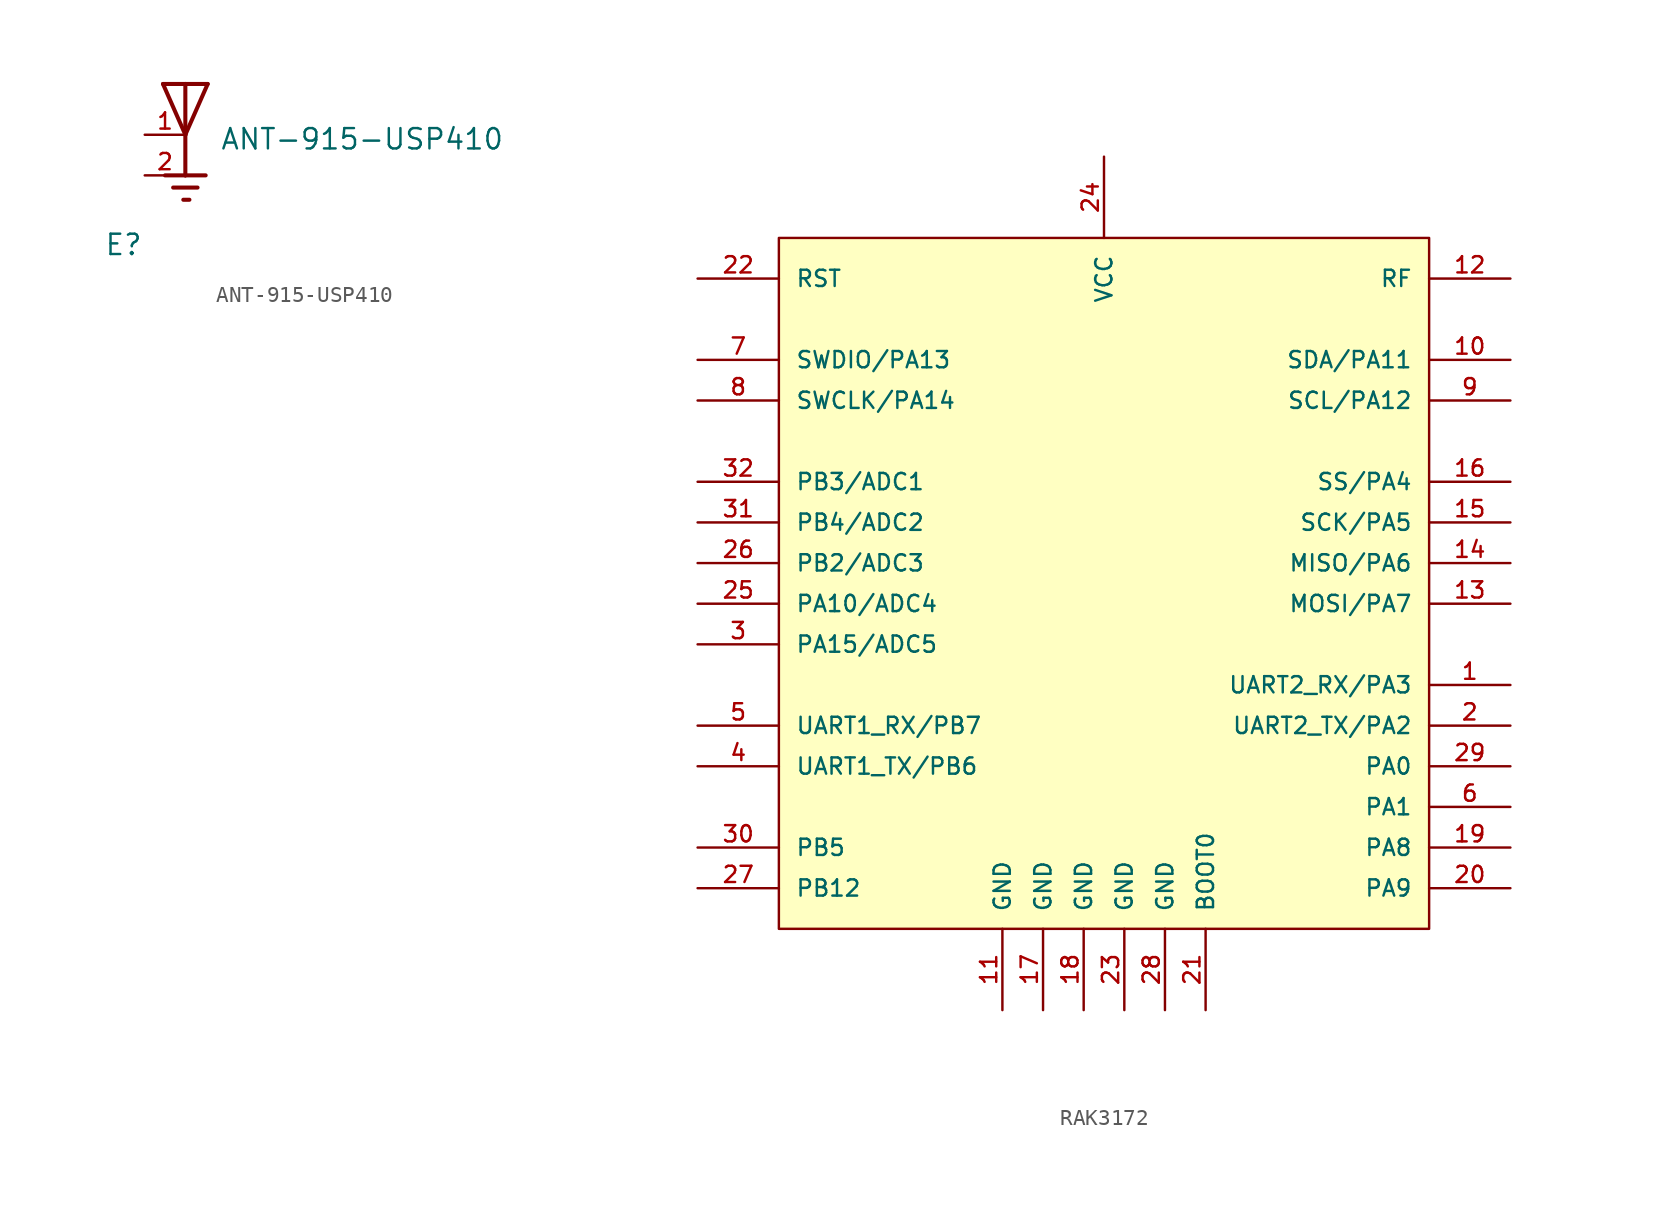
<source format=kicad_sym>
(kicad_symbol_lib
  (version 20220914)
  (generator kicad_symbol_editor)
  (symbol "ANT-915-USP410"
    (pin_names
      (offset 1.016) hide)
    (property "Reference" "E"
      (at -5.08 -7.62 0)
      (effects (font (size 1.27 1.27)) (justify left bottom)))
    (property "Value" "ANT-915-USP410"
      (at 2.159 -1.016 0)
      (effects (font (size 1.27 1.27)) (justify left bottom)))
    (symbol "ANT-915-USP410_0_0"
      (polyline (pts (xy -1.397 3.175) (xy 0 3.175)) (stroke (width 0.254) (type default)) (fill (type none)))
      (polyline (pts (xy -0.762 -3.302) (xy 0.762 -3.302)) (stroke (width 0.254) (type default)) (fill (type none)))
      (polyline (pts (xy -0.127 -4.064) (xy 0.254 -4.064)) (stroke (width 0.254) (type default)) (fill (type none)))
      (polyline (pts (xy 0 -2.54) (xy -1.27 -2.54)) (stroke (width 0.254) (type default)) (fill (type none)))
      (polyline (pts (xy 0 -2.54) (xy 1.27 -2.54)) (stroke (width 0.254) (type default)) (fill (type none)))
      (polyline (pts (xy 0 0) (xy -1.397 3.175)) (stroke (width 0.254) (type default)) (fill (type none)))
      (polyline (pts (xy 0 0) (xy 0 -2.54)) (stroke (width 0.254) (type default)) (fill (type none)))
      (polyline (pts (xy 0 3.175) (xy 0 0)) (stroke (width 0.254) (type default)) (fill (type none)))
      (polyline (pts (xy 0 3.175) (xy 1.397 3.175)) (stroke (width 0.254) (type default)) (fill (type none)))
      (polyline (pts (xy 1.397 3.175) (xy 0 0)) (stroke (width 0.254) (type default)) (fill (type none)))
      (pin passive line (at -2.54 0 0) (length 2.54) (name "~" (effects (font (size 1.016 1.016)))) (number "1" (effects (font (size 1.016 1.016)))))
      (pin power_in line (at -2.54 -2.54 0) (length 2.54) (name "~" (effects (font (size 1.016 1.016)))) (number "2" (effects (font (size 1.016 1.016)))))))
  (symbol "RAK3172"
    (pin_names
      (offset 1.016))
    (property "Reference" "U"
      (at -20.32 -24.13 0)
      (effects (font (size 1.27 1.27)) (justify left bottom) hide))
    (symbol "RAK3172_0_0"
      (rectangle (start -20.32 21.59) (end 20.32 -21.59) (stroke (width 0) (type default)) (fill (type background)))
      (pin bidirectional line (at 25.4 -6.35 180) (length 5.08) (name "UART2_RX/PA3" (effects (font (size 1.016 1.016)))) (number "1" (effects (font (size 1.016 1.016)))))
      (pin bidirectional line (at 25.4 13.97 180) (length 5.08) (name "SDA/PA11" (effects (font (size 1.016 1.016)))) (number "10" (effects (font (size 1.016 1.016)))))
      (pin output line (at -6.35 -26.67 90) (length 5.08) (name "GND" (effects (font (size 1.016 1.016)))) (number "11" (effects (font (size 1.016 1.016)))))
      (pin output line (at 25.4 19.05 180) (length 5.08) (name "RF" (effects (font (size 1.016 1.016)))) (number "12" (effects (font (size 1.016 1.016)))))
      (pin bidirectional line (at 25.4 -1.27 180) (length 5.08) (name "MOSI/PA7" (effects (font (size 1.016 1.016)))) (number "13" (effects (font (size 1.016 1.016)))))
      (pin bidirectional line (at 25.4 1.27 180) (length 5.08) (name "MISO/PA6" (effects (font (size 1.016 1.016)))) (number "14" (effects (font (size 1.016 1.016)))))
      (pin bidirectional line (at 25.4 3.81 180) (length 5.08) (name "SCK/PA5" (effects (font (size 1.016 1.016)))) (number "15" (effects (font (size 1.016 1.016)))))
      (pin bidirectional line (at 25.4 6.35 180) (length 5.08) (name "SS/PA4" (effects (font (size 1.016 1.016)))) (number "16" (effects (font (size 1.016 1.016)))))
      (pin output line (at -3.81 -26.67 90) (length 5.08) (name "GND" (effects (font (size 1.016 1.016)))) (number "17" (effects (font (size 1.016 1.016)))))
      (pin output line (at -1.27 -26.67 90) (length 5.08) (name "GND" (effects (font (size 1.016 1.016)))) (number "18" (effects (font (size 1.016 1.016)))))
      (pin bidirectional line (at 25.4 -16.51 180) (length 5.08) (name "PA8" (effects (font (size 1.016 1.016)))) (number "19" (effects (font (size 1.016 1.016)))))
      (pin bidirectional line (at 25.4 -8.89 180) (length 5.08) (name "UART2_TX/PA2" (effects (font (size 1.016 1.016)))) (number "2" (effects (font (size 1.016 1.016)))))
      (pin bidirectional line (at 25.4 -19.05 180) (length 5.08) (name "PA9" (effects (font (size 1.016 1.016)))) (number "20" (effects (font (size 1.016 1.016)))))
      (pin input line (at 6.35 -26.67 90) (length 5.08) (name "BOOT0" (effects (font (size 1.016 1.016)))) (number "21" (effects (font (size 1.016 1.016)))))
      (pin input line (at -25.4 19.05 0) (length 5.08) (name "RST" (effects (font (size 1.016 1.016)))) (number "22" (effects (font (size 1.016 1.016)))))
      (pin output line (at 1.27 -26.67 90) (length 5.08) (name "GND" (effects (font (size 1.016 1.016)))) (number "23" (effects (font (size 1.016 1.016)))))
      (pin power_in line (at 0 26.67 270) (length 5.08) (name "VCC" (effects (font (size 1.016 1.016)))) (number "24" (effects (font (size 1.016 1.016)))))
      (pin bidirectional line (at -25.4 -1.27 0) (length 5.08) (name "PA10/ADC4" (effects (font (size 1.016 1.016)))) (number "25" (effects (font (size 1.016 1.016)))))
      (pin bidirectional line (at -25.4 1.27 0) (length 5.08) (name "PB2/ADC3" (effects (font (size 1.016 1.016)))) (number "26" (effects (font (size 1.016 1.016)))))
      (pin bidirectional line (at -25.4 -19.05 0) (length 5.08) (name "PB12" (effects (font (size 1.016 1.016)))) (number "27" (effects (font (size 1.016 1.016)))))
      (pin output line (at 3.81 -26.67 90) (length 5.08) (name "GND" (effects (font (size 1.016 1.016)))) (number "28" (effects (font (size 1.016 1.016)))))
      (pin bidirectional line (at 25.4 -11.43 180) (length 5.08) (name "PA0" (effects (font (size 1.016 1.016)))) (number "29" (effects (font (size 1.016 1.016)))))
      (pin bidirectional line (at -25.4 -3.81 0) (length 5.08) (name "PA15/ADC5" (effects (font (size 1.016 1.016)))) (number "3" (effects (font (size 1.016 1.016)))))
      (pin bidirectional line (at -25.4 -16.51 0) (length 5.08) (name "PB5" (effects (font (size 1.016 1.016)))) (number "30" (effects (font (size 1.016 1.016)))))
      (pin bidirectional line (at -25.4 3.81 0) (length 5.08) (name "PB4/ADC2" (effects (font (size 1.016 1.016)))) (number "31" (effects (font (size 1.016 1.016)))))
      (pin bidirectional line (at -25.4 6.35 0) (length 5.08) (name "PB3/ADC1" (effects (font (size 1.016 1.016)))) (number "32" (effects (font (size 1.016 1.016)))))
      (pin bidirectional line (at -25.4 -11.43 0) (length 5.08) (name "UART1_TX/PB6" (effects (font (size 1.016 1.016)))) (number "4" (effects (font (size 1.016 1.016)))))
      (pin bidirectional line (at -25.4 -8.89 0) (length 5.08) (name "UART1_RX/PB7" (effects (font (size 1.016 1.016)))) (number "5" (effects (font (size 1.016 1.016)))))
      (pin bidirectional line (at 25.4 -13.97 180) (length 5.08) (name "PA1" (effects (font (size 1.016 1.016)))) (number "6" (effects (font (size 1.016 1.016)))))
      (pin bidirectional line (at -25.4 13.97 0) (length 5.08) (name "SWDIO/PA13" (effects (font (size 1.016 1.016)))) (number "7" (effects (font (size 1.016 1.016)))))
      (pin bidirectional line (at -25.4 11.43 0) (length 5.08) (name "SWCLK/PA14" (effects (font (size 1.016 1.016)))) (number "8" (effects (font (size 1.016 1.016)))))
      (pin bidirectional line (at 25.4 11.43 180) (length 5.08) (name "SCL/PA12" (effects (font (size 1.016 1.016)))) (number "9" (effects (font (size 1.016 1.016))))))))
</source>
